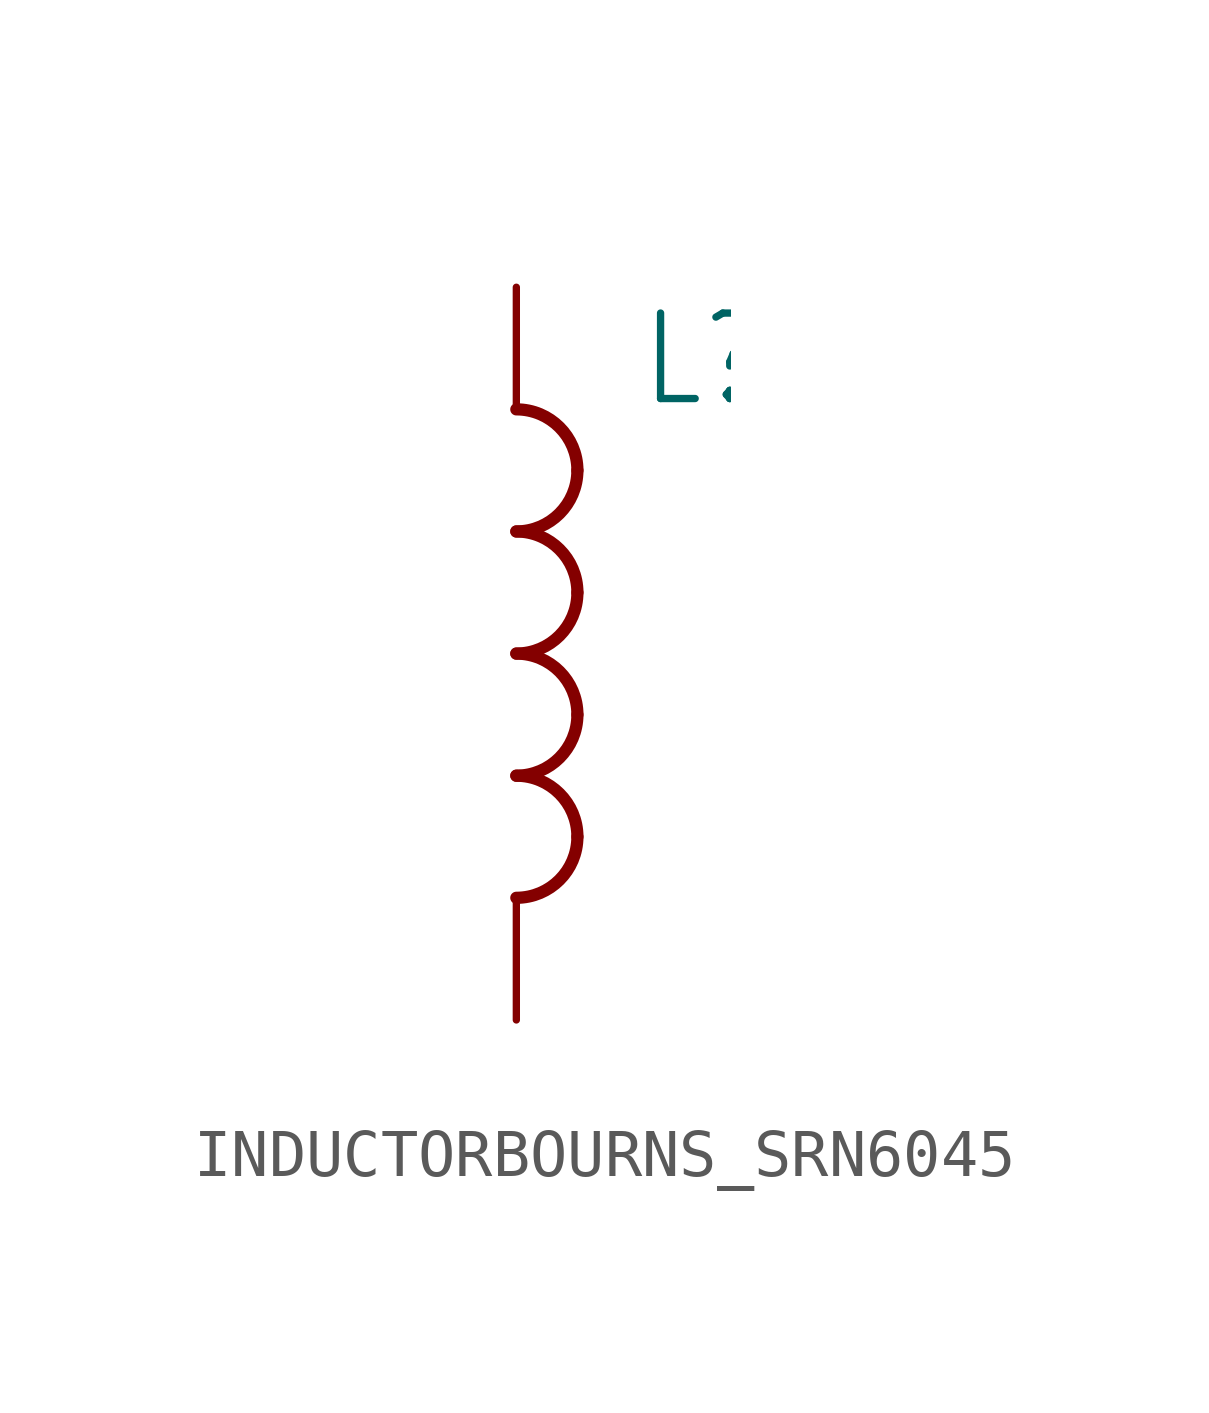
<source format=kicad_sym>
(kicad_symbol_lib
  (version 20241209)
  (generator "kicad_symbol_editor")
  (generator_version "9.0")
  (symbol "INDUCTORBOURNS_SRN6045"
    (property "Reference" "L"
      (at 2.54 5.08 0)
      (effects (font (size 1.778 1.511)) (justify left bottom)))
    (property "Value" ""
      (at 2.54 -5.08 0)
      (effects (font (size 1.778 1.511)) (justify left bottom)))
    (property "ki_locked" ""
      (at 0 0 0)
      (effects (font (size 1.27 1.27))))
    (symbol "INDUCTORBOURNS_SRN6045_1_0"
      (arc (start 0 5.08) (mid 0.898 4.708) (end 1.27 3.81) (stroke (width 0.254) (type solid)) (fill (type none)))
      (arc (start 1.27 3.81) (mid 0.898 2.912) (end 0 2.54) (stroke (width 0.254) (type solid)) (fill (type none)))
      (arc (start 1.27 1.27) (mid 0.898 0.372) (end 0 0) (stroke (width 0.254) (type solid)) (fill (type none)))
      (arc (start 0 2.54) (mid 0.8981 2.168) (end 1.2701 1.2699) (stroke (width 0.254) (type solid)) (fill (type none)))
      (arc (start 1.2701 -1.2699) (mid 0.8981 -2.168) (end 0 -2.54) (stroke (width 0.254) (type solid)) (fill (type none)))
      (arc (start 0 0) (mid 0.898 -0.372) (end 1.27 -1.27) (stroke (width 0.254) (type solid)) (fill (type none)))
      (arc (start 0 -2.54) (mid 0.898 -2.912) (end 1.27 -3.81) (stroke (width 0.254) (type solid)) (fill (type none)))
      (arc (start 1.27 -3.81) (mid 0.898 -4.708) (end 0 -5.08) (stroke (width 0.254) (type solid)) (fill (type none)))
      (pin passive line (at 0 7.62 270) (length 2.54) (name "1" (effects (font (size 0 0)))) (number "1" (effects (font (size 0 0)))))
      (pin passive line (at 0 -7.62 90) (length 2.54) (name "2" (effects (font (size 0 0)))) (number "2" (effects (font (size 0 0))))))))
</source>
